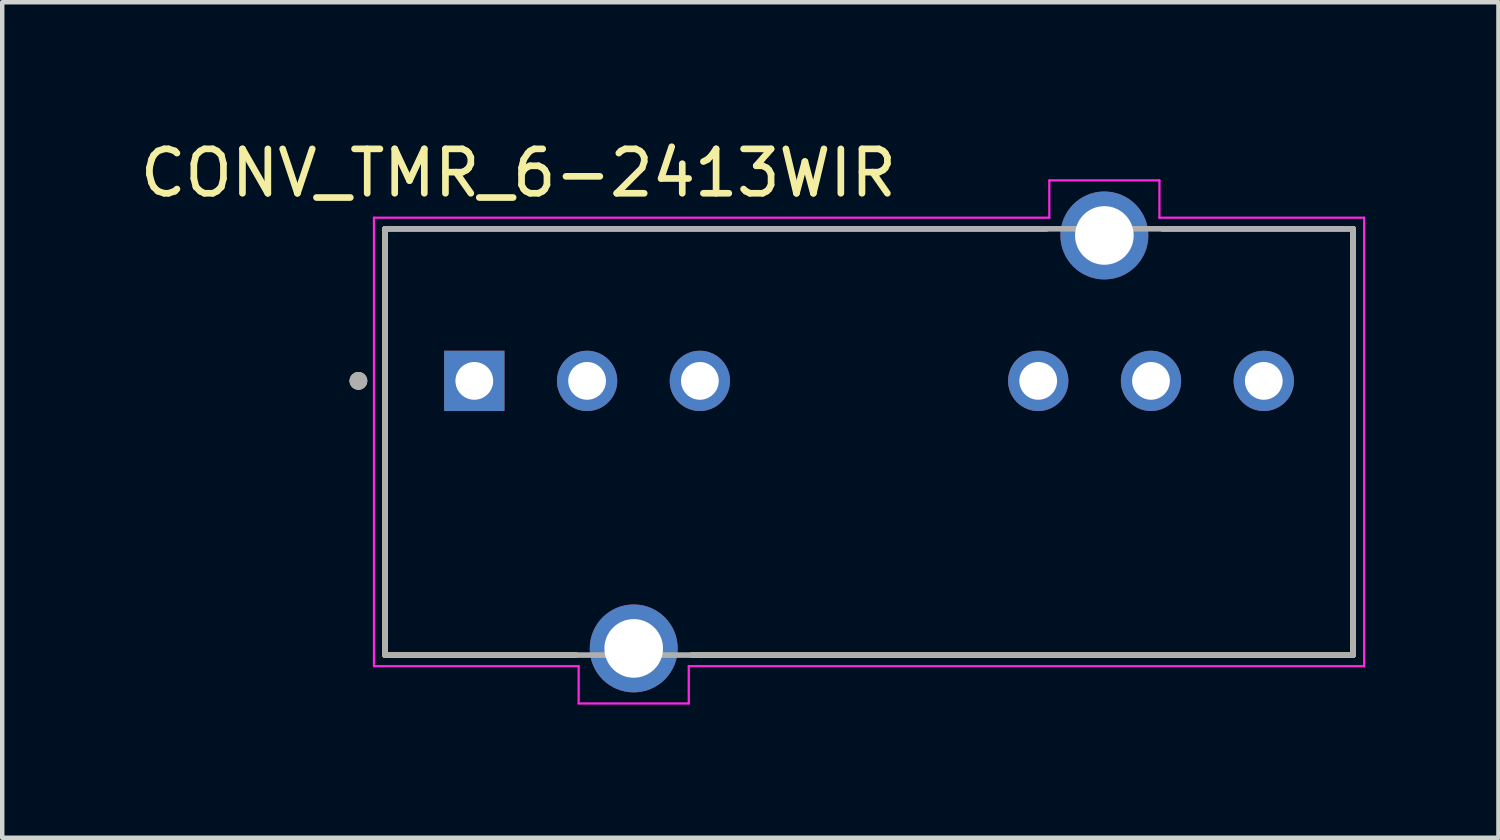
<source format=kicad_pcb>
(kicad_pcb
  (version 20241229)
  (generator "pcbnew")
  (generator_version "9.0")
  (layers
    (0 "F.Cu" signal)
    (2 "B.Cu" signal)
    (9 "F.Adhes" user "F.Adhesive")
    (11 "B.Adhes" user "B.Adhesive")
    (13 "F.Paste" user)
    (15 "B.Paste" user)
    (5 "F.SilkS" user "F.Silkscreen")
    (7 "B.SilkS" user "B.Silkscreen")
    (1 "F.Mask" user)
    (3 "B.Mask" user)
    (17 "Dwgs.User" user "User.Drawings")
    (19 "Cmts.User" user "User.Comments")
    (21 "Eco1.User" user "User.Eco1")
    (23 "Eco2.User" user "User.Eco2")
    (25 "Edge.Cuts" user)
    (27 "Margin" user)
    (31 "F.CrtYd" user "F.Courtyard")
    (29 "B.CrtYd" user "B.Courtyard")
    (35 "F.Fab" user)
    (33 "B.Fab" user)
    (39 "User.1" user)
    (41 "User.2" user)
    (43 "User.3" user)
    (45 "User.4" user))
  (footprint "CONV_TMR_6-2413WIR"
    (layer "F.Cu")
    (at 16.522 6.903)
    (property "Reference" "CONV_TMR_6-2413WIR" (at -7.897 -6.055 0) (layer "F.SilkS") (effects (font (size 1 1) (thickness 0.15))))
    (attr through_hole)
    (fp_line (start -10.9 4.8) (end -10.9 -4.8) (stroke (width 0.127) (type solid)) (layer "F.SilkS"))
    (fp_line (start -6.604 4.8) (end -10.9 4.8) (stroke (width 0.127) (type solid)) (layer "F.SilkS"))
    (fp_line (start 3.997 -4.8) (end -10.9 -4.8) (stroke (width 0.127) (type solid)) (layer "F.SilkS"))
    (fp_line (start 10.9 -4.8) (end 6.604 -4.8) (stroke (width 0.127) (type solid)) (layer "F.SilkS"))
    (fp_line (start 10.9 4.8) (end -3.997 4.8) (stroke (width 0.127) (type solid)) (layer "F.SilkS"))
    (fp_line (start 10.9 4.8) (end 10.9 -4.8) (stroke (width 0.127) (type solid)) (layer "F.SilkS"))
    (fp_circle (center -11.5 -1.375) (end -11.4 -1.375) (stroke (width 0.2) (type solid)) (fill no) (layer "F.SilkS"))
    (fp_line (start -11.15 5.05) (end -11.15 -5.05) (stroke (width 0.05) (type solid)) (layer "F.CrtYd"))
    (fp_line (start -6.54 5.05) (end -11.15 5.05) (stroke (width 0.05) (type solid)) (layer "F.CrtYd"))
    (fp_line (start -6.54 5.89) (end -6.54 5.05) (stroke (width 0.05) (type solid)) (layer "F.CrtYd"))
    (fp_line (start -4.06 5.05) (end -4.06 5.89) (stroke (width 0.05) (type solid)) (layer "F.CrtYd"))
    (fp_line (start -4.06 5.89) (end -6.54 5.89) (stroke (width 0.05) (type solid)) (layer "F.CrtYd"))
    (fp_line (start 4.06 -5.89) (end 6.54 -5.89) (stroke (width 0.05) (type solid)) (layer "F.CrtYd"))
    (fp_line (start 4.06 -5.05) (end -11.15 -5.05) (stroke (width 0.05) (type solid)) (layer "F.CrtYd"))
    (fp_line (start 4.06 -5.05) (end 4.06 -5.89) (stroke (width 0.05) (type solid)) (layer "F.CrtYd"))
    (fp_line (start 6.54 -5.89) (end 6.54 -5.05) (stroke (width 0.05) (type solid)) (layer "F.CrtYd"))
    (fp_line (start 11.15 -5.05) (end 6.54 -5.05) (stroke (width 0.05) (type solid)) (layer "F.CrtYd"))
    (fp_line (start 11.15 5.05) (end -4.06 5.05) (stroke (width 0.05) (type solid)) (layer "F.CrtYd"))
    (fp_line (start 11.15 5.05) (end 11.15 -5.05) (stroke (width 0.05) (type solid)) (layer "F.CrtYd"))
    (fp_line (start -10.9 4.8) (end -10.9 -4.8) (stroke (width 0.127) (type solid)) (layer "F.Fab"))
    (fp_line (start 10.9 -4.8) (end -10.9 -4.8) (stroke (width 0.127) (type solid)) (layer "F.Fab"))
    (fp_line (start 10.9 4.8) (end -10.9 4.8) (stroke (width 0.127) (type solid)) (layer "F.Fab"))
    (fp_line (start 10.9 4.8) (end 10.9 -4.8) (stroke (width 0.127) (type solid)) (layer "F.Fab"))
    (fp_circle (center -11.5 -1.375) (end -11.4 -1.375) (stroke (width 0.2) (type solid)) (fill no) (layer "F.Fab"))
    (pad "1" thru_hole rect (at -8.89 -1.375) (size 1.358 1.358) (drill 0.85) (layers "*.Cu" "*.Mask"))
    (pad "2" thru_hole circle (at -6.35 -1.375) (size 1.358 1.358) (drill 0.85) (layers "*.Cu" "*.Mask"))
    (pad "3" thru_hole circle (at -3.81 -1.375) (size 1.358 1.358) (drill 0.85) (layers "*.Cu" "*.Mask"))
    (pad "6" thru_hole circle (at 3.81 -1.375) (size 1.358 1.358) (drill 0.85) (layers "*.Cu" "*.Mask"))
    (pad "7" thru_hole circle (at 6.35 -1.375) (size 1.358 1.358) (drill 0.85) (layers "*.Cu" "*.Mask"))
    (pad "8" thru_hole circle (at 8.89 -1.375) (size 1.358 1.358) (drill 0.85) (layers "*.Cu" "*.Mask"))
    (pad "9" thru_hole circle (at -5.3 4.65) (size 1.98 1.98) (drill 1.32) (layers "*.Cu" "*.Mask"))
    (pad "10" thru_hole circle (at 5.3 -4.65) (size 1.98 1.98) (drill 1.32) (layers "*.Cu" "*.Mask")))
  (gr_rect
    (start -3 -3)
    (end 30.697 15.818)
    (stroke (width 0.1) (type default))
    (fill no)
    (layer "Edge.Cuts")))
</source>
